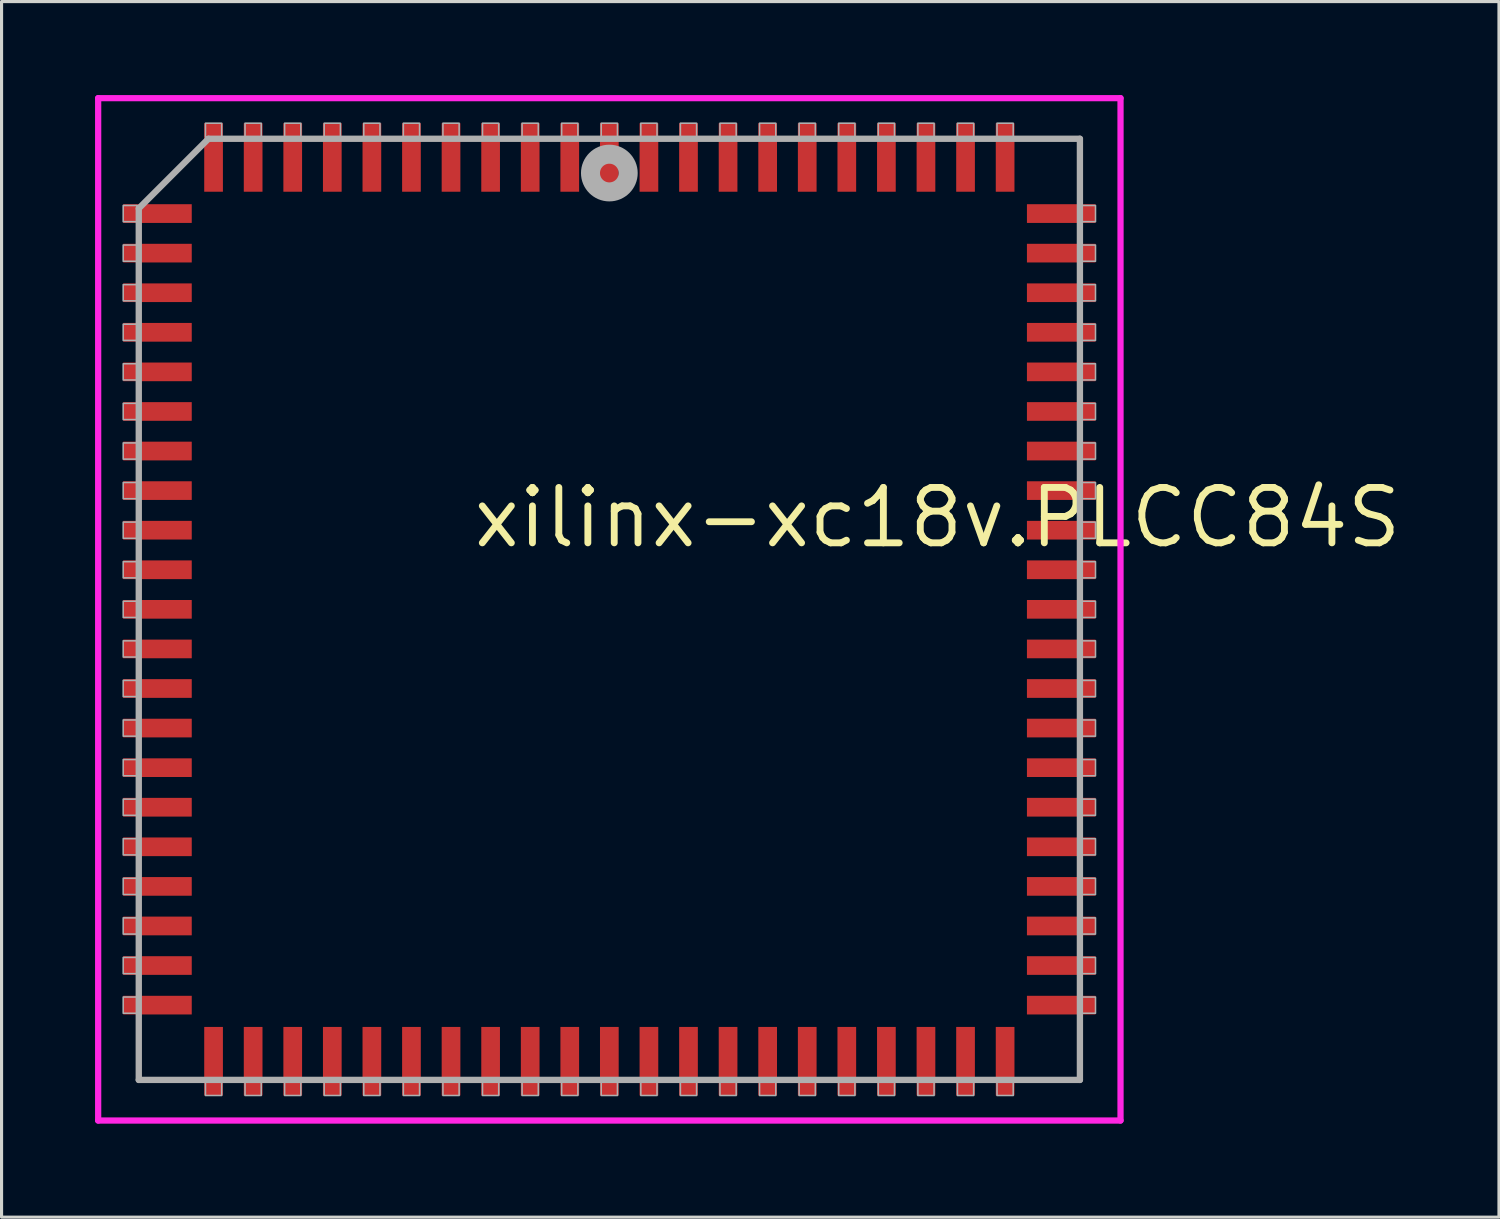
<source format=kicad_pcb>
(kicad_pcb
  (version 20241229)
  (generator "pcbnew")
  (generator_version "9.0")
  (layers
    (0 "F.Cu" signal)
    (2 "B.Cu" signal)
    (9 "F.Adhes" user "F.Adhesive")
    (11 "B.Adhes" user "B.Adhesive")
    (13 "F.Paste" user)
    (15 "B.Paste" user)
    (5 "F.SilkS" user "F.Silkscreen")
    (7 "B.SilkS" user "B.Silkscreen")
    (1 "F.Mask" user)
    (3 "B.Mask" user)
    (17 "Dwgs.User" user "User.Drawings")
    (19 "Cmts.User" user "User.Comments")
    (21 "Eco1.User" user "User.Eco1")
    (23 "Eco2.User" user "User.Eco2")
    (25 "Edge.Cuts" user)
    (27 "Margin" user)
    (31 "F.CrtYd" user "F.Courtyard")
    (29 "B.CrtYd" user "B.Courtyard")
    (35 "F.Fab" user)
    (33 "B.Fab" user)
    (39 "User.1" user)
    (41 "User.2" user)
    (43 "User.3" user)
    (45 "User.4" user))
  (footprint "xilinx-xc18v.PLCC84S"
    (layer "F.Cu")
    (at 16.503 16.503)
    (property "Reference" "xilinx-xc18v.PLCC84S" (at -4.475 -1.905 0) (layer "F.SilkS") (effects (font (size 1.778 1.778) (thickness 0.22)) (justify left bottom)))
    (attr smd)
    (fp_line (start -16.403 -16.403) (end 16.403 -16.403) (stroke (width 0.2) (type default)) (layer "F.CrtYd"))
    (fp_line (start -16.403 16.403) (end -16.403 -16.403) (stroke (width 0.2) (type default)) (layer "F.CrtYd"))
    (fp_line (start 16.403 -16.403) (end 16.403 16.403) (stroke (width 0.2) (type default)) (layer "F.CrtYd"))
    (fp_line (start 16.403 16.403) (end -16.403 16.403) (stroke (width 0.2) (type default)) (layer "F.CrtYd"))
    (fp_line (start -15.1 -12.865) (end -15.1 15.1) (stroke (width 0.203) (type default)) (layer "F.Fab"))
    (fp_line (start -15.1 15.1) (end 15.1 15.1) (stroke (width 0.203) (type default)) (layer "F.Fab"))
    (fp_line (start -12.865 -15.1) (end -15.1 -12.865) (stroke (width 0.203) (type default)) (layer "F.Fab"))
    (fp_line (start 15.1 -15.1) (end -12.865 -15.1) (stroke (width 0.203) (type default)) (layer "F.Fab"))
    (fp_line (start 15.1 15.1) (end 15.1 -15.1) (stroke (width 0.203) (type default)) (layer "F.Fab"))
    (fp_rect (start -15.6 -12.44) (end -15.15 -12.96) (stroke (width 0.05) (type default)) (fill no) (layer "F.Fab"))
    (fp_rect (start -15.6 -11.17) (end -15.15 -11.69) (stroke (width 0.05) (type default)) (fill no) (layer "F.Fab"))
    (fp_rect (start -15.6 -9.9) (end -15.15 -10.42) (stroke (width 0.05) (type default)) (fill no) (layer "F.Fab"))
    (fp_rect (start -15.6 -8.63) (end -15.15 -9.15) (stroke (width 0.05) (type default)) (fill no) (layer "F.Fab"))
    (fp_rect (start -15.6 -7.36) (end -15.15 -7.88) (stroke (width 0.05) (type default)) (fill no) (layer "F.Fab"))
    (fp_rect (start -15.6 -6.09) (end -15.15 -6.61) (stroke (width 0.05) (type default)) (fill no) (layer "F.Fab"))
    (fp_rect (start -15.6 -4.82) (end -15.15 -5.34) (stroke (width 0.05) (type default)) (fill no) (layer "F.Fab"))
    (fp_rect (start -15.6 -3.55) (end -15.15 -4.07) (stroke (width 0.05) (type default)) (fill no) (layer "F.Fab"))
    (fp_rect (start -15.6 -2.28) (end -15.15 -2.8) (stroke (width 0.05) (type default)) (fill no) (layer "F.Fab"))
    (fp_rect (start -15.6 -1.01) (end -15.15 -1.53) (stroke (width 0.05) (type default)) (fill no) (layer "F.Fab"))
    (fp_rect (start -15.6 0.26) (end -15.15 -0.26) (stroke (width 0.05) (type default)) (fill no) (layer "F.Fab"))
    (fp_rect (start -15.6 1.53) (end -15.15 1.01) (stroke (width 0.05) (type default)) (fill no) (layer "F.Fab"))
    (fp_rect (start -15.6 2.8) (end -15.15 2.28) (stroke (width 0.05) (type default)) (fill no) (layer "F.Fab"))
    (fp_rect (start -15.6 4.07) (end -15.15 3.55) (stroke (width 0.05) (type default)) (fill no) (layer "F.Fab"))
    (fp_rect (start -15.6 5.34) (end -15.15 4.82) (stroke (width 0.05) (type default)) (fill no) (layer "F.Fab"))
    (fp_rect (start -15.6 6.61) (end -15.15 6.09) (stroke (width 0.05) (type default)) (fill no) (layer "F.Fab"))
    (fp_rect (start -15.6 7.88) (end -15.15 7.36) (stroke (width 0.05) (type default)) (fill no) (layer "F.Fab"))
    (fp_rect (start -15.6 9.15) (end -15.15 8.63) (stroke (width 0.05) (type default)) (fill no) (layer "F.Fab"))
    (fp_rect (start -15.6 10.42) (end -15.15 9.9) (stroke (width 0.05) (type default)) (fill no) (layer "F.Fab"))
    (fp_rect (start -15.6 11.69) (end -15.15 11.17) (stroke (width 0.05) (type default)) (fill no) (layer "F.Fab"))
    (fp_rect (start -15.6 12.96) (end -15.15 12.44) (stroke (width 0.05) (type default)) (fill no) (layer "F.Fab"))
    (fp_rect (start -12.96 -15.15) (end -12.44 -15.6) (stroke (width 0.05) (type default)) (fill no) (layer "F.Fab"))
    (fp_rect (start -12.96 15.6) (end -12.44 15.15) (stroke (width 0.05) (type default)) (fill no) (layer "F.Fab"))
    (fp_rect (start -11.69 -15.15) (end -11.17 -15.6) (stroke (width 0.05) (type default)) (fill no) (layer "F.Fab"))
    (fp_rect (start -11.69 15.6) (end -11.17 15.15) (stroke (width 0.05) (type default)) (fill no) (layer "F.Fab"))
    (fp_rect (start -10.42 -15.15) (end -9.9 -15.6) (stroke (width 0.05) (type default)) (fill no) (layer "F.Fab"))
    (fp_rect (start -10.42 15.6) (end -9.9 15.15) (stroke (width 0.05) (type default)) (fill no) (layer "F.Fab"))
    (fp_rect (start -9.15 -15.15) (end -8.63 -15.6) (stroke (width 0.05) (type default)) (fill no) (layer "F.Fab"))
    (fp_rect (start -9.15 15.6) (end -8.63 15.15) (stroke (width 0.05) (type default)) (fill no) (layer "F.Fab"))
    (fp_rect (start -7.88 -15.15) (end -7.36 -15.6) (stroke (width 0.05) (type default)) (fill no) (layer "F.Fab"))
    (fp_rect (start -7.88 15.6) (end -7.36 15.15) (stroke (width 0.05) (type default)) (fill no) (layer "F.Fab"))
    (fp_rect (start -6.61 -15.15) (end -6.09 -15.6) (stroke (width 0.05) (type default)) (fill no) (layer "F.Fab"))
    (fp_rect (start -6.61 15.6) (end -6.09 15.15) (stroke (width 0.05) (type default)) (fill no) (layer "F.Fab"))
    (fp_rect (start -5.34 -15.15) (end -4.82 -15.6) (stroke (width 0.05) (type default)) (fill no) (layer "F.Fab"))
    (fp_rect (start -5.34 15.6) (end -4.82 15.15) (stroke (width 0.05) (type default)) (fill no) (layer "F.Fab"))
    (fp_rect (start -4.07 -15.15) (end -3.55 -15.6) (stroke (width 0.05) (type default)) (fill no) (layer "F.Fab"))
    (fp_rect (start -4.07 15.6) (end -3.55 15.15) (stroke (width 0.05) (type default)) (fill no) (layer "F.Fab"))
    (fp_rect (start -2.8 -15.15) (end -2.28 -15.6) (stroke (width 0.05) (type default)) (fill no) (layer "F.Fab"))
    (fp_rect (start -2.8 15.6) (end -2.28 15.15) (stroke (width 0.05) (type default)) (fill no) (layer "F.Fab"))
    (fp_rect (start -1.53 -15.15) (end -1.01 -15.6) (stroke (width 0.05) (type default)) (fill no) (layer "F.Fab"))
    (fp_rect (start -1.53 15.6) (end -1.01 15.15) (stroke (width 0.05) (type default)) (fill no) (layer "F.Fab"))
    (fp_rect (start -0.26 -15.15) (end 0.26 -15.6) (stroke (width 0.05) (type default)) (fill no) (layer "F.Fab"))
    (fp_rect (start -0.26 15.6) (end 0.26 15.15) (stroke (width 0.05) (type default)) (fill no) (layer "F.Fab"))
    (fp_rect (start 1.01 -15.15) (end 1.53 -15.6) (stroke (width 0.05) (type default)) (fill no) (layer "F.Fab"))
    (fp_rect (start 1.01 15.6) (end 1.53 15.15) (stroke (width 0.05) (type default)) (fill no) (layer "F.Fab"))
    (fp_rect (start 2.28 -15.15) (end 2.8 -15.6) (stroke (width 0.05) (type default)) (fill no) (layer "F.Fab"))
    (fp_rect (start 2.28 15.6) (end 2.8 15.15) (stroke (width 0.05) (type default)) (fill no) (layer "F.Fab"))
    (fp_rect (start 3.55 -15.15) (end 4.07 -15.6) (stroke (width 0.05) (type default)) (fill no) (layer "F.Fab"))
    (fp_rect (start 3.55 15.6) (end 4.07 15.15) (stroke (width 0.05) (type default)) (fill no) (layer "F.Fab"))
    (fp_rect (start 4.82 -15.15) (end 5.34 -15.6) (stroke (width 0.05) (type default)) (fill no) (layer "F.Fab"))
    (fp_rect (start 4.82 15.6) (end 5.34 15.15) (stroke (width 0.05) (type default)) (fill no) (layer "F.Fab"))
    (fp_rect (start 6.09 -15.15) (end 6.61 -15.6) (stroke (width 0.05) (type default)) (fill no) (layer "F.Fab"))
    (fp_rect (start 6.09 15.6) (end 6.61 15.15) (stroke (width 0.05) (type default)) (fill no) (layer "F.Fab"))
    (fp_rect (start 7.36 -15.15) (end 7.88 -15.6) (stroke (width 0.05) (type default)) (fill no) (layer "F.Fab"))
    (fp_rect (start 7.36 15.6) (end 7.88 15.15) (stroke (width 0.05) (type default)) (fill no) (layer "F.Fab"))
    (fp_rect (start 8.63 -15.15) (end 9.15 -15.6) (stroke (width 0.05) (type default)) (fill no) (layer "F.Fab"))
    (fp_rect (start 8.63 15.6) (end 9.15 15.15) (stroke (width 0.05) (type default)) (fill no) (layer "F.Fab"))
    (fp_rect (start 9.9 -15.15) (end 10.42 -15.6) (stroke (width 0.05) (type default)) (fill no) (layer "F.Fab"))
    (fp_rect (start 9.9 15.6) (end 10.42 15.15) (stroke (width 0.05) (type default)) (fill no) (layer "F.Fab"))
    (fp_rect (start 11.17 -15.15) (end 11.69 -15.6) (stroke (width 0.05) (type default)) (fill no) (layer "F.Fab"))
    (fp_rect (start 11.17 15.6) (end 11.69 15.15) (stroke (width 0.05) (type default)) (fill no) (layer "F.Fab"))
    (fp_rect (start 12.44 -15.15) (end 12.96 -15.6) (stroke (width 0.05) (type default)) (fill no) (layer "F.Fab"))
    (fp_rect (start 12.44 15.6) (end 12.96 15.15) (stroke (width 0.05) (type default)) (fill no) (layer "F.Fab"))
    (fp_rect (start 15.15 -12.44) (end 15.6 -12.96) (stroke (width 0.05) (type default)) (fill no) (layer "F.Fab"))
    (fp_rect (start 15.15 -11.17) (end 15.6 -11.69) (stroke (width 0.05) (type default)) (fill no) (layer "F.Fab"))
    (fp_rect (start 15.15 -9.9) (end 15.6 -10.42) (stroke (width 0.05) (type default)) (fill no) (layer "F.Fab"))
    (fp_rect (start 15.15 -8.63) (end 15.6 -9.15) (stroke (width 0.05) (type default)) (fill no) (layer "F.Fab"))
    (fp_rect (start 15.15 -7.36) (end 15.6 -7.88) (stroke (width 0.05) (type default)) (fill no) (layer "F.Fab"))
    (fp_rect (start 15.15 -6.09) (end 15.6 -6.61) (stroke (width 0.05) (type default)) (fill no) (layer "F.Fab"))
    (fp_rect (start 15.15 -4.82) (end 15.6 -5.34) (stroke (width 0.05) (type default)) (fill no) (layer "F.Fab"))
    (fp_rect (start 15.15 -3.55) (end 15.6 -4.07) (stroke (width 0.05) (type default)) (fill no) (layer "F.Fab"))
    (fp_rect (start 15.15 -2.28) (end 15.6 -2.8) (stroke (width 0.05) (type default)) (fill no) (layer "F.Fab"))
    (fp_rect (start 15.15 -1.01) (end 15.6 -1.53) (stroke (width 0.05) (type default)) (fill no) (layer "F.Fab"))
    (fp_rect (start 15.15 0.26) (end 15.6 -0.26) (stroke (width 0.05) (type default)) (fill no) (layer "F.Fab"))
    (fp_rect (start 15.15 1.53) (end 15.6 1.01) (stroke (width 0.05) (type default)) (fill no) (layer "F.Fab"))
    (fp_rect (start 15.15 2.8) (end 15.6 2.28) (stroke (width 0.05) (type default)) (fill no) (layer "F.Fab"))
    (fp_rect (start 15.15 4.07) (end 15.6 3.55) (stroke (width 0.05) (type default)) (fill no) (layer "F.Fab"))
    (fp_rect (start 15.15 5.34) (end 15.6 4.82) (stroke (width 0.05) (type default)) (fill no) (layer "F.Fab"))
    (fp_rect (start 15.15 6.61) (end 15.6 6.09) (stroke (width 0.05) (type default)) (fill no) (layer "F.Fab"))
    (fp_rect (start 15.15 7.88) (end 15.6 7.36) (stroke (width 0.05) (type default)) (fill no) (layer "F.Fab"))
    (fp_rect (start 15.15 9.15) (end 15.6 8.63) (stroke (width 0.05) (type default)) (fill no) (layer "F.Fab"))
    (fp_rect (start 15.15 10.42) (end 15.6 9.9) (stroke (width 0.05) (type default)) (fill no) (layer "F.Fab"))
    (fp_rect (start 15.15 11.69) (end 15.6 11.17) (stroke (width 0.05) (type default)) (fill no) (layer "F.Fab"))
    (fp_rect (start 15.15 12.96) (end 15.6 12.44) (stroke (width 0.05) (type default)) (fill no) (layer "F.Fab"))
    (fp_circle (center 0 -14) (end 0.3 -14) (stroke (width 0.61) (type default)) (fill no) (layer "F.Fab"))
    (pad "1" smd roundrect (at 0 -14.5) (size 0.6 2.2) (layers "F.Cu" "F.Mask" "F.Paste") (roundrect_rratio 0.01))
    (pad "2" smd roundrect (at -1.27 -14.5) (size 0.6 2.2) (layers "F.Cu" "F.Mask" "F.Paste") (roundrect_rratio 0.01))
    (pad "3" smd roundrect (at -2.54 -14.5) (size 0.6 2.2) (layers "F.Cu" "F.Mask" "F.Paste") (roundrect_rratio 0.01))
    (pad "4" smd roundrect (at -3.81 -14.5) (size 0.6 2.2) (layers "F.Cu" "F.Mask" "F.Paste") (roundrect_rratio 0.01))
    (pad "5" smd roundrect (at -5.08 -14.5) (size 0.6 2.2) (layers "F.Cu" "F.Mask" "F.Paste") (roundrect_rratio 0.01))
    (pad "6" smd roundrect (at -6.35 -14.5) (size 0.6 2.2) (layers "F.Cu" "F.Mask" "F.Paste") (roundrect_rratio 0.01))
    (pad "7" smd roundrect (at -7.62 -14.5) (size 0.6 2.2) (layers "F.Cu" "F.Mask" "F.Paste") (roundrect_rratio 0.01))
    (pad "8" smd roundrect (at -8.89 -14.5) (size 0.6 2.2) (layers "F.Cu" "F.Mask" "F.Paste") (roundrect_rratio 0.01))
    (pad "9" smd roundrect (at -10.16 -14.5) (size 0.6 2.2) (layers "F.Cu" "F.Mask" "F.Paste") (roundrect_rratio 0.01))
    (pad "10" smd roundrect (at -11.43 -14.5) (size 0.6 2.2) (layers "F.Cu" "F.Mask" "F.Paste") (roundrect_rratio 0.01))
    (pad "11" smd roundrect (at -12.7 -14.5) (size 0.6 2.2) (layers "F.Cu" "F.Mask" "F.Paste") (roundrect_rratio 0.01))
    (pad "12" smd roundrect (at -14.5 -12.7) (size 2.2 0.6) (layers "F.Cu" "F.Mask" "F.Paste") (roundrect_rratio 0.01))
    (pad "13" smd roundrect (at -14.5 -11.43) (size 2.2 0.6) (layers "F.Cu" "F.Mask" "F.Paste") (roundrect_rratio 0.01))
    (pad "14" smd roundrect (at -14.5 -10.16) (size 2.2 0.6) (layers "F.Cu" "F.Mask" "F.Paste") (roundrect_rratio 0.01))
    (pad "15" smd roundrect (at -14.5 -8.89) (size 2.2 0.6) (layers "F.Cu" "F.Mask" "F.Paste") (roundrect_rratio 0.01))
    (pad "16" smd roundrect (at -14.5 -7.62) (size 2.2 0.6) (layers "F.Cu" "F.Mask" "F.Paste") (roundrect_rratio 0.01))
    (pad "17" smd roundrect (at -14.5 -6.35) (size 2.2 0.6) (layers "F.Cu" "F.Mask" "F.Paste") (roundrect_rratio 0.01))
    (pad "18" smd roundrect (at -14.5 -5.08) (size 2.2 0.6) (layers "F.Cu" "F.Mask" "F.Paste") (roundrect_rratio 0.01))
    (pad "19" smd roundrect (at -14.5 -3.81) (size 2.2 0.6) (layers "F.Cu" "F.Mask" "F.Paste") (roundrect_rratio 0.01))
    (pad "20" smd roundrect (at -14.5 -2.54) (size 2.2 0.6) (layers "F.Cu" "F.Mask" "F.Paste") (roundrect_rratio 0.01))
    (pad "21" smd roundrect (at -14.5 -1.27) (size 2.2 0.6) (layers "F.Cu" "F.Mask" "F.Paste") (roundrect_rratio 0.01))
    (pad "22" smd roundrect (at -14.5 0) (size 2.2 0.6) (layers "F.Cu" "F.Mask" "F.Paste") (roundrect_rratio 0.01))
    (pad "23" smd roundrect (at -14.5 1.27) (size 2.2 0.6) (layers "F.Cu" "F.Mask" "F.Paste") (roundrect_rratio 0.01))
    (pad "24" smd roundrect (at -14.5 2.54) (size 2.2 0.6) (layers "F.Cu" "F.Mask" "F.Paste") (roundrect_rratio 0.01))
    (pad "25" smd roundrect (at -14.5 3.81) (size 2.2 0.6) (layers "F.Cu" "F.Mask" "F.Paste") (roundrect_rratio 0.01))
    (pad "26" smd roundrect (at -14.5 5.08) (size 2.2 0.6) (layers "F.Cu" "F.Mask" "F.Paste") (roundrect_rratio 0.01))
    (pad "27" smd roundrect (at -14.5 6.35) (size 2.2 0.6) (layers "F.Cu" "F.Mask" "F.Paste") (roundrect_rratio 0.01))
    (pad "28" smd roundrect (at -14.5 7.62) (size 2.2 0.6) (layers "F.Cu" "F.Mask" "F.Paste") (roundrect_rratio 0.01))
    (pad "29" smd roundrect (at -14.5 8.89) (size 2.2 0.6) (layers "F.Cu" "F.Mask" "F.Paste") (roundrect_rratio 0.01))
    (pad "30" smd roundrect (at -14.5 10.16) (size 2.2 0.6) (layers "F.Cu" "F.Mask" "F.Paste") (roundrect_rratio 0.01))
    (pad "31" smd roundrect (at -14.5 11.43) (size 2.2 0.6) (layers "F.Cu" "F.Mask" "F.Paste") (roundrect_rratio 0.01))
    (pad "32" smd roundrect (at -14.5 12.7) (size 2.2 0.6) (layers "F.Cu" "F.Mask" "F.Paste") (roundrect_rratio 0.01))
    (pad "33" smd roundrect (at -12.7 14.5) (size 0.6 2.2) (layers "F.Cu" "F.Mask" "F.Paste") (roundrect_rratio 0.01))
    (pad "34" smd roundrect (at -11.43 14.5) (size 0.6 2.2) (layers "F.Cu" "F.Mask" "F.Paste") (roundrect_rratio 0.01))
    (pad "35" smd roundrect (at -10.16 14.5) (size 0.6 2.2) (layers "F.Cu" "F.Mask" "F.Paste") (roundrect_rratio 0.01))
    (pad "36" smd roundrect (at -8.89 14.5) (size 0.6 2.2) (layers "F.Cu" "F.Mask" "F.Paste") (roundrect_rratio 0.01))
    (pad "37" smd roundrect (at -7.62 14.5) (size 0.6 2.2) (layers "F.Cu" "F.Mask" "F.Paste") (roundrect_rratio 0.01))
    (pad "38" smd roundrect (at -6.35 14.5) (size 0.6 2.2) (layers "F.Cu" "F.Mask" "F.Paste") (roundrect_rratio 0.01))
    (pad "39" smd roundrect (at -5.08 14.5) (size 0.6 2.2) (layers "F.Cu" "F.Mask" "F.Paste") (roundrect_rratio 0.01))
    (pad "40" smd roundrect (at -3.81 14.5) (size 0.6 2.2) (layers "F.Cu" "F.Mask" "F.Paste") (roundrect_rratio 0.01))
    (pad "41" smd roundrect (at -2.54 14.5) (size 0.6 2.2) (layers "F.Cu" "F.Mask" "F.Paste") (roundrect_rratio 0.01))
    (pad "42" smd roundrect (at -1.27 14.5) (size 0.6 2.2) (layers "F.Cu" "F.Mask" "F.Paste") (roundrect_rratio 0.01))
    (pad "43" smd roundrect (at 0 14.5) (size 0.6 2.2) (layers "F.Cu" "F.Mask" "F.Paste") (roundrect_rratio 0.01))
    (pad "44" smd roundrect (at 1.27 14.5) (size 0.6 2.2) (layers "F.Cu" "F.Mask" "F.Paste") (roundrect_rratio 0.01))
    (pad "45" smd roundrect (at 2.54 14.5) (size 0.6 2.2) (layers "F.Cu" "F.Mask" "F.Paste") (roundrect_rratio 0.01))
    (pad "46" smd roundrect (at 3.81 14.5) (size 0.6 2.2) (layers "F.Cu" "F.Mask" "F.Paste") (roundrect_rratio 0.01))
    (pad "47" smd roundrect (at 5.08 14.5) (size 0.6 2.2) (layers "F.Cu" "F.Mask" "F.Paste") (roundrect_rratio 0.01))
    (pad "48" smd roundrect (at 6.35 14.5) (size 0.6 2.2) (layers "F.Cu" "F.Mask" "F.Paste") (roundrect_rratio 0.01))
    (pad "49" smd roundrect (at 7.62 14.5) (size 0.6 2.2) (layers "F.Cu" "F.Mask" "F.Paste") (roundrect_rratio 0.01))
    (pad "50" smd roundrect (at 8.89 14.5) (size 0.6 2.2) (layers "F.Cu" "F.Mask" "F.Paste") (roundrect_rratio 0.01))
    (pad "51" smd roundrect (at 10.16 14.5) (size 0.6 2.2) (layers "F.Cu" "F.Mask" "F.Paste") (roundrect_rratio 0.01))
    (pad "52" smd roundrect (at 11.43 14.5) (size 0.6 2.2) (layers "F.Cu" "F.Mask" "F.Paste") (roundrect_rratio 0.01))
    (pad "53" smd roundrect (at 12.7 14.5) (size 0.6 2.2) (layers "F.Cu" "F.Mask" "F.Paste") (roundrect_rratio 0.01))
    (pad "54" smd roundrect (at 14.5 12.7) (size 2.2 0.6) (layers "F.Cu" "F.Mask" "F.Paste") (roundrect_rratio 0.01))
    (pad "55" smd roundrect (at 14.5 11.43) (size 2.2 0.6) (layers "F.Cu" "F.Mask" "F.Paste") (roundrect_rratio 0.01))
    (pad "56" smd roundrect (at 14.5 10.16) (size 2.2 0.6) (layers "F.Cu" "F.Mask" "F.Paste") (roundrect_rratio 0.01))
    (pad "57" smd roundrect (at 14.5 8.89) (size 2.2 0.6) (layers "F.Cu" "F.Mask" "F.Paste") (roundrect_rratio 0.01))
    (pad "58" smd roundrect (at 14.5 7.62) (size 2.2 0.6) (layers "F.Cu" "F.Mask" "F.Paste") (roundrect_rratio 0.01))
    (pad "59" smd roundrect (at 14.5 6.35) (size 2.2 0.6) (layers "F.Cu" "F.Mask" "F.Paste") (roundrect_rratio 0.01))
    (pad "60" smd roundrect (at 14.5 5.08) (size 2.2 0.6) (layers "F.Cu" "F.Mask" "F.Paste") (roundrect_rratio 0.01))
    (pad "61" smd roundrect (at 14.5 3.81) (size 2.2 0.6) (layers "F.Cu" "F.Mask" "F.Paste") (roundrect_rratio 0.01))
    (pad "62" smd roundrect (at 14.5 2.54) (size 2.2 0.6) (layers "F.Cu" "F.Mask" "F.Paste") (roundrect_rratio 0.01))
    (pad "63" smd roundrect (at 14.5 1.27) (size 2.2 0.6) (layers "F.Cu" "F.Mask" "F.Paste") (roundrect_rratio 0.01))
    (pad "64" smd roundrect (at 14.5 0) (size 2.2 0.6) (layers "F.Cu" "F.Mask" "F.Paste") (roundrect_rratio 0.01))
    (pad "65" smd roundrect (at 14.5 -1.27) (size 2.2 0.6) (layers "F.Cu" "F.Mask" "F.Paste") (roundrect_rratio 0.01))
    (pad "66" smd roundrect (at 14.5 -2.54) (size 2.2 0.6) (layers "F.Cu" "F.Mask" "F.Paste") (roundrect_rratio 0.01))
    (pad "67" smd roundrect (at 14.5 -3.81) (size 2.2 0.6) (layers "F.Cu" "F.Mask" "F.Paste") (roundrect_rratio 0.01))
    (pad "68" smd roundrect (at 14.5 -5.08) (size 2.2 0.6) (layers "F.Cu" "F.Mask" "F.Paste") (roundrect_rratio 0.01))
    (pad "69" smd roundrect (at 14.5 -6.35) (size 2.2 0.6) (layers "F.Cu" "F.Mask" "F.Paste") (roundrect_rratio 0.01))
    (pad "70" smd roundrect (at 14.5 -7.62) (size 2.2 0.6) (layers "F.Cu" "F.Mask" "F.Paste") (roundrect_rratio 0.01))
    (pad "71" smd roundrect (at 14.5 -8.89) (size 2.2 0.6) (layers "F.Cu" "F.Mask" "F.Paste") (roundrect_rratio 0.01))
    (pad "72" smd roundrect (at 14.5 -10.16) (size 2.2 0.6) (layers "F.Cu" "F.Mask" "F.Paste") (roundrect_rratio 0.01))
    (pad "73" smd roundrect (at 14.5 -11.43) (size 2.2 0.6) (layers "F.Cu" "F.Mask" "F.Paste") (roundrect_rratio 0.01))
    (pad "74" smd roundrect (at 14.5 -12.7) (size 2.2 0.6) (layers "F.Cu" "F.Mask" "F.Paste") (roundrect_rratio 0.01))
    (pad "75" smd roundrect (at 12.7 -14.5) (size 0.6 2.2) (layers "F.Cu" "F.Mask" "F.Paste") (roundrect_rratio 0.01))
    (pad "76" smd roundrect (at 11.43 -14.5) (size 0.6 2.2) (layers "F.Cu" "F.Mask" "F.Paste") (roundrect_rratio 0.01))
    (pad "77" smd roundrect (at 10.16 -14.5) (size 0.6 2.2) (layers "F.Cu" "F.Mask" "F.Paste") (roundrect_rratio 0.01))
    (pad "78" smd roundrect (at 8.89 -14.5) (size 0.6 2.2) (layers "F.Cu" "F.Mask" "F.Paste") (roundrect_rratio 0.01))
    (pad "79" smd roundrect (at 7.62 -14.5) (size 0.6 2.2) (layers "F.Cu" "F.Mask" "F.Paste") (roundrect_rratio 0.01))
    (pad "80" smd roundrect (at 6.35 -14.5) (size 0.6 2.2) (layers "F.Cu" "F.Mask" "F.Paste") (roundrect_rratio 0.01))
    (pad "81" smd roundrect (at 5.08 -14.5) (size 0.6 2.2) (layers "F.Cu" "F.Mask" "F.Paste") (roundrect_rratio 0.01))
    (pad "82" smd roundrect (at 3.81 -14.5) (size 0.6 2.2) (layers "F.Cu" "F.Mask" "F.Paste") (roundrect_rratio 0.01))
    (pad "83" smd roundrect (at 2.54 -14.5) (size 0.6 2.2) (layers "F.Cu" "F.Mask" "F.Paste") (roundrect_rratio 0.01))
    (pad "84" smd roundrect (at 1.27 -14.5) (size 0.6 2.2) (layers "F.Cu" "F.Mask" "F.Paste") (roundrect_rratio 0.01)))
  (gr_rect
    (start -3 -3)
    (end 45.05 36.006)
    (stroke (width 0.1) (type default))
    (fill no)
    (layer "Edge.Cuts")))
</source>
